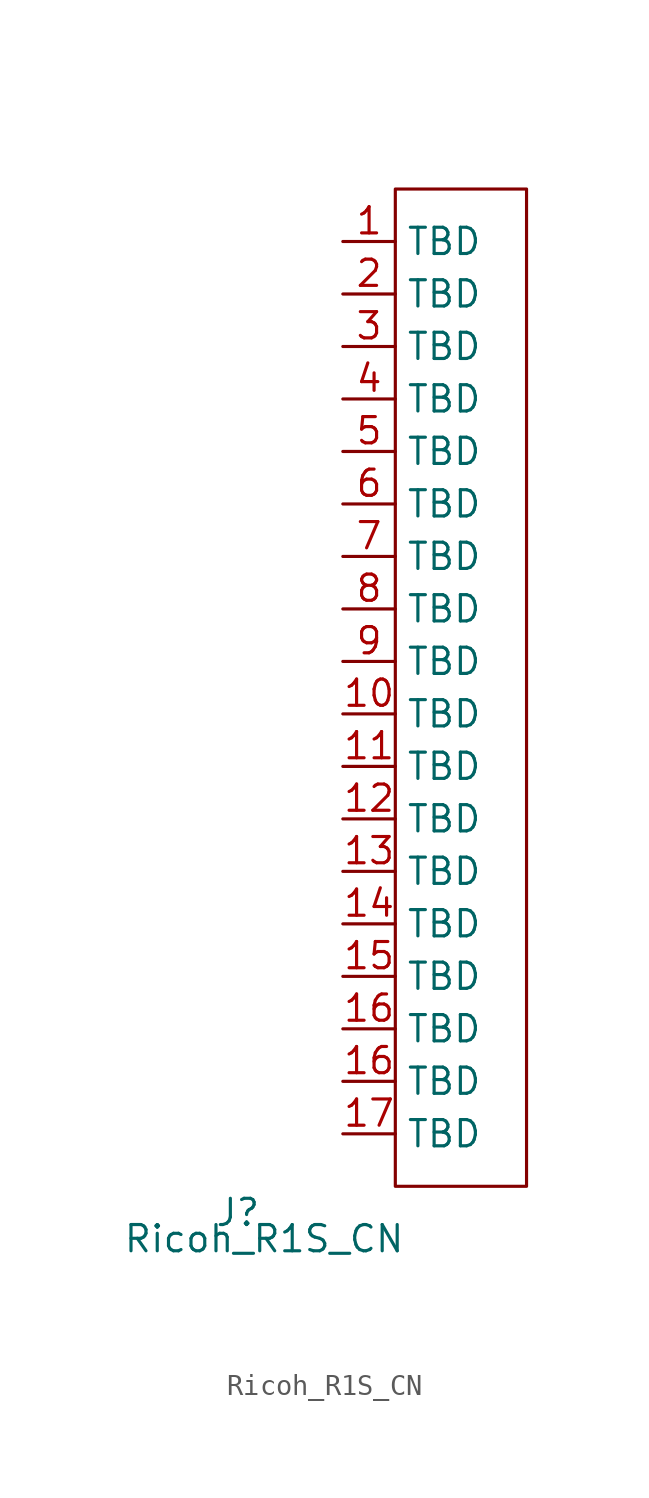
<source format=kicad_sym>
(kicad_symbol_lib
  (version 20220914)
  (generator kicad_symbol_editor)
  (symbol "Ricoh_R1S_CN"
    (property "Reference" "J"
      (at -5.08 -1.27 0)
      (effects (font (size 1.27 1.27))))
    (property "Value" "Ricoh_R1S_CN"
      (at -3.81 -2.54 0)
      (effects (font (size 1.27 1.27))))
    (symbol "Ricoh_R1S_CN_0_1"
      (rectangle (start 2.54 48.26) (end 8.89 0) (stroke (width 0) (type default)) (fill (type none))))
    (symbol "Ricoh_R1S_CN_1_1"
      (pin input line (at 0 45.72 0) (length 2.54) (name "TBD" (effects (font (size 1.27 1.27)))) (number "1" (effects (font (size 1.27 1.27)))))
      (pin input line (at 0 22.86 0) (length 2.54) (name "TBD" (effects (font (size 1.27 1.27)))) (number "10" (effects (font (size 1.27 1.27)))))
      (pin input line (at 0 20.32 0) (length 2.54) (name "TBD" (effects (font (size 1.27 1.27)))) (number "11" (effects (font (size 1.27 1.27)))))
      (pin input line (at 0 17.78 0) (length 2.54) (name "TBD" (effects (font (size 1.27 1.27)))) (number "12" (effects (font (size 1.27 1.27)))))
      (pin input line (at 0 15.24 0) (length 2.54) (name "TBD" (effects (font (size 1.27 1.27)))) (number "13" (effects (font (size 1.27 1.27)))))
      (pin input line (at 0 12.7 0) (length 2.54) (name "TBD" (effects (font (size 1.27 1.27)))) (number "14" (effects (font (size 1.27 1.27)))))
      (pin input line (at 0 10.16 0) (length 2.54) (name "TBD" (effects (font (size 1.27 1.27)))) (number "15" (effects (font (size 1.27 1.27)))))
      (pin input line (at 0 5.08 0) (length 2.54) (name "TBD" (effects (font (size 1.27 1.27)))) (number "16" (effects (font (size 1.27 1.27)))))
      (pin input line (at 0 7.62 0) (length 2.54) (name "TBD" (effects (font (size 1.27 1.27)))) (number "16" (effects (font (size 1.27 1.27)))))
      (pin input line (at 0 2.54 0) (length 2.54) (name "TBD" (effects (font (size 1.27 1.27)))) (number "17" (effects (font (size 1.27 1.27)))))
      (pin input line (at 0 43.18 0) (length 2.54) (name "TBD" (effects (font (size 1.27 1.27)))) (number "2" (effects (font (size 1.27 1.27)))))
      (pin input line (at 0 40.64 0) (length 2.54) (name "TBD" (effects (font (size 1.27 1.27)))) (number "3" (effects (font (size 1.27 1.27)))))
      (pin input line (at 0 38.1 0) (length 2.54) (name "TBD" (effects (font (size 1.27 1.27)))) (number "4" (effects (font (size 1.27 1.27)))))
      (pin input line (at 0 35.56 0) (length 2.54) (name "TBD" (effects (font (size 1.27 1.27)))) (number "5" (effects (font (size 1.27 1.27)))))
      (pin input line (at 0 33.02 0) (length 2.54) (name "TBD" (effects (font (size 1.27 1.27)))) (number "6" (effects (font (size 1.27 1.27)))))
      (pin input line (at 0 30.48 0) (length 2.54) (name "TBD" (effects (font (size 1.27 1.27)))) (number "7" (effects (font (size 1.27 1.27)))))
      (pin input line (at 0 27.94 0) (length 2.54) (name "TBD" (effects (font (size 1.27 1.27)))) (number "8" (effects (font (size 1.27 1.27)))))
      (pin input line (at 0 25.4 0) (length 2.54) (name "TBD" (effects (font (size 1.27 1.27)))) (number "9" (effects (font (size 1.27 1.27))))))))
</source>
